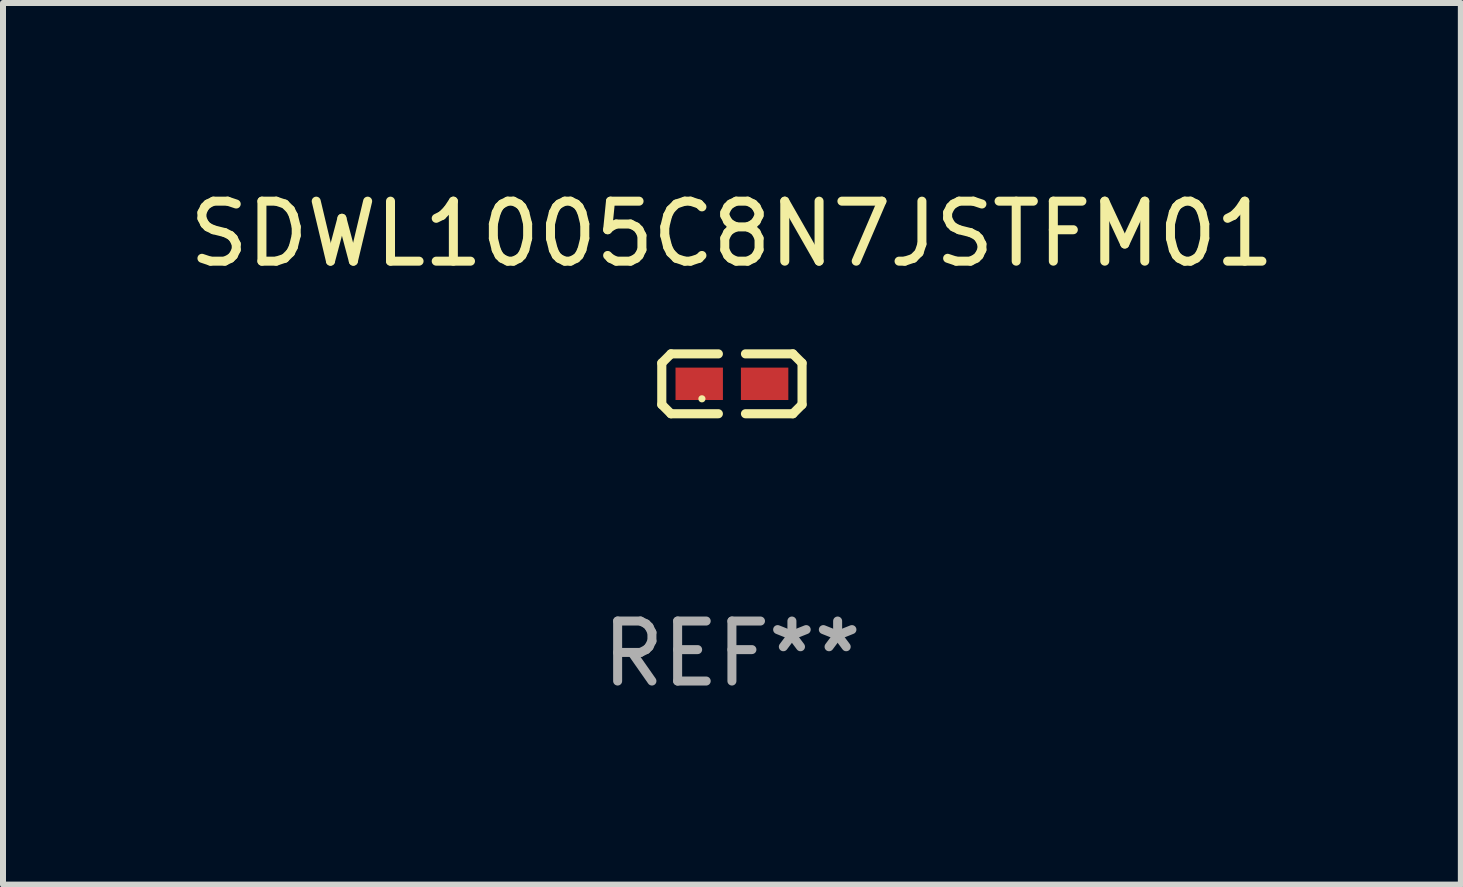
<source format=kicad_pcb>
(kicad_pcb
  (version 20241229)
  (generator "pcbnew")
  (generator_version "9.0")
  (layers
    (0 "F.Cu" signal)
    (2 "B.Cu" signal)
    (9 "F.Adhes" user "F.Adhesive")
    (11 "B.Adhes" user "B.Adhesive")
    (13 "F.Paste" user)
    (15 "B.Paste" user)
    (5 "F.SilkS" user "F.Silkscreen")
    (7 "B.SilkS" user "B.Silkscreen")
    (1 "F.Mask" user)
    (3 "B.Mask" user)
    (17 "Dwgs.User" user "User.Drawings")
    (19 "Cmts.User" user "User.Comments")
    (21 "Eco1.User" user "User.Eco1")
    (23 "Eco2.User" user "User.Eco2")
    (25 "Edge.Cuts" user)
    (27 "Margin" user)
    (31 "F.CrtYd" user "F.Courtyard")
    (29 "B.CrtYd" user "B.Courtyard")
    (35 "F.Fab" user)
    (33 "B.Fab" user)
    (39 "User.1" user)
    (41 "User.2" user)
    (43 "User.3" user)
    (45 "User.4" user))
  (footprint "SDWL1005C8N7JSTFM01"
    (layer "F.Cu")
    (at 9.149 3.347)
    (property "Reference" "SDWL1005C8N7JSTFM01" (at 0 -2.499 0) (layer "F.SilkS") (effects (font (size 1 1) (thickness 0.15))))
    (attr through_hole)
    (fp_line (start -1.169 -0.346) (end -1.016 -0.499) (stroke (width 0.152) (type solid)) (layer "F.SilkS"))
    (fp_line (start -1.169 0.346) (end -1.169 -0.346) (stroke (width 0.152) (type solid)) (layer "F.SilkS"))
    (fp_line (start -1.016 -0.499) (end -0.226 -0.499) (stroke (width 0.152) (type solid)) (layer "F.SilkS"))
    (fp_line (start -1.016 0.499) (end -1.169 0.346) (stroke (width 0.152) (type solid)) (layer "F.SilkS"))
    (fp_line (start -0.226 0.499) (end -1.016 0.499) (stroke (width 0.152) (type solid)) (layer "F.SilkS"))
    (fp_line (start 0.226 0.499) (end 1.016 0.499) (stroke (width 0.152) (type solid)) (layer "F.SilkS"))
    (fp_line (start 1.016 -0.499) (end 0.226 -0.499) (stroke (width 0.152) (type solid)) (layer "F.SilkS"))
    (fp_line (start 1.016 0.499) (end 1.169 0.346) (stroke (width 0.152) (type solid)) (layer "F.SilkS"))
    (fp_line (start 1.169 -0.346) (end 1.016 -0.499) (stroke (width 0.152) (type solid)) (layer "F.SilkS"))
    (fp_line (start 1.169 0.346) (end 1.169 -0.346) (stroke (width 0.152) (type solid)) (layer "F.SilkS"))
    (fp_circle (center -0.5 0.25) (end -0.47 0.25) (stroke (width 0.06) (type solid)) (fill no) (layer "F.SilkS"))
    (fp_text user "REF**" (at 0 4.499 0) (layer "F.Fab") (effects (font (size 1 1) (thickness 0.15))))
    (pad "1" smd rect (at -0.545 0) (size 0.79 0.54) (layers "F.Cu" "F.Mask" "F.Paste"))
    (pad "2" smd rect (at 0.545 0) (size 0.79 0.54) (layers "F.Cu" "F.Mask" "F.Paste")))
  (gr_rect
    (start -3 -3)
    (end 21.298 11.694)
    (stroke (width 0.1) (type default))
    (fill no)
    (layer "Edge.Cuts")))
</source>
